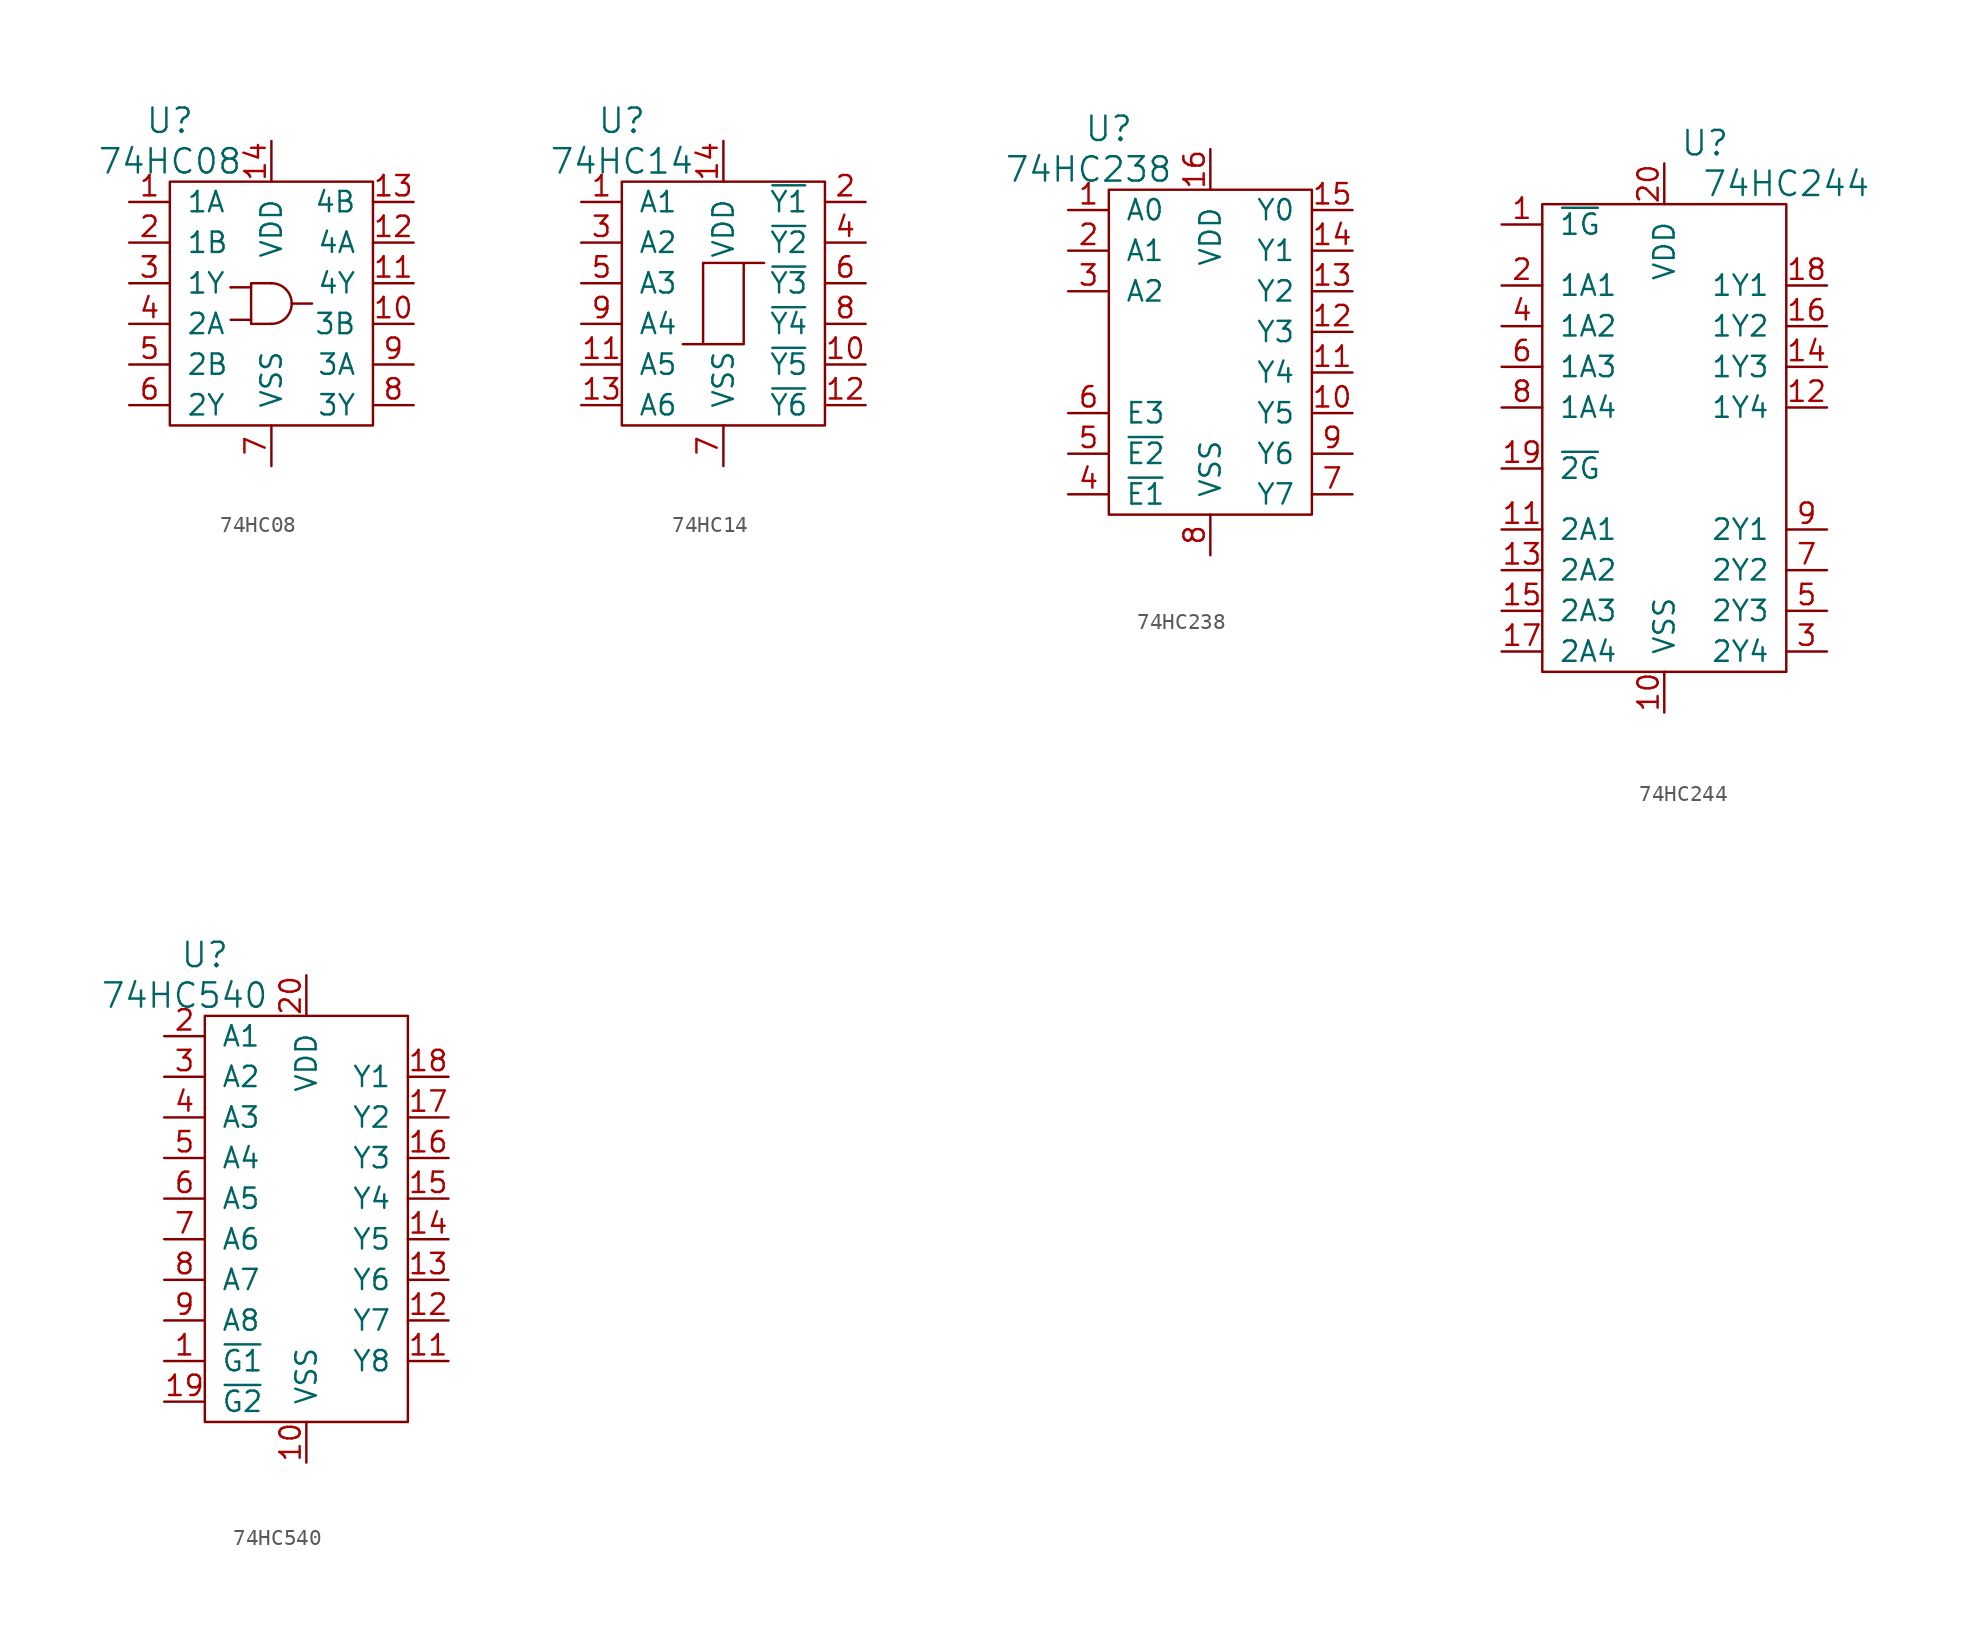
<source format=kicad_sym>
(kicad_symbol_lib
  (version 20220914)
  (generator kicad_symbol_editor)
  (symbol "74HC08"
    (pin_names
      (offset 1.016))
    (property "Reference" "U"
      (at -6.35 11.43 0)
      (effects (font (size 1.524 1.524))))
    (property "Value" "74HC08"
      (at -6.35 8.89 0)
      (effects (font (size 1.524 1.524))))
    (property "Footprint" ""
      (at 0 0 0)
      (effects (font (size 1.524 1.524))))
    (property "Datasheet" ""
      (at 0 0 0)
      (effects (font (size 1.524 1.524))))
    (symbol "74HC08_0_1"
      (rectangle (start -6.35 7.62) (end 6.35 -7.62) (stroke (width 0) (type solid)) (fill (type none)))
      (arc (start 0 -1.27) (mid 1.2645 0) (end 0 1.27) (stroke (width 0) (type solid)) (fill (type none)))
      (polyline (pts (xy -2.54 1.016) (xy -2.54 1.016)) (stroke (width 0) (type solid)) (fill (type none)))
      (polyline (pts (xy -2.54 -1.016) (xy -1.27 -1.016) (xy -1.27 -1.016)) (stroke (width 0) (type solid)) (fill (type none)))
      (polyline (pts (xy -1.27 1.016) (xy -2.54 1.016) (xy -2.54 1.016)) (stroke (width 0) (type solid)) (fill (type none)))
      (polyline (pts (xy 1.27 0) (xy 2.54 0) (xy 2.54 0)) (stroke (width 0) (type solid)) (fill (type none)))
      (polyline (pts (xy 0 -1.27) (xy -1.27 -1.27) (xy -1.27 1.27) (xy 0 1.27) (xy 0 1.27)) (stroke (width 0) (type solid)) (fill (type none))))
    (symbol "74HC08_1_1"
      (pin passive line (at -8.89 6.35 0) (length 2.54) (name "1A" (effects (font (size 1.27 1.27)))) (number "1" (effects (font (size 1.27 1.27)))))
      (pin passive line (at 8.89 -1.27 180) (length 2.54) (name "3B" (effects (font (size 1.27 1.27)))) (number "10" (effects (font (size 1.27 1.27)))))
      (pin passive line (at 8.89 1.27 180) (length 2.54) (name "4Y" (effects (font (size 1.27 1.27)))) (number "11" (effects (font (size 1.27 1.27)))))
      (pin passive line (at 8.89 3.81 180) (length 2.54) (name "4A" (effects (font (size 1.27 1.27)))) (number "12" (effects (font (size 1.27 1.27)))))
      (pin passive line (at 8.89 6.35 180) (length 2.54) (name "4B" (effects (font (size 1.27 1.27)))) (number "13" (effects (font (size 1.27 1.27)))))
      (pin passive line (at 0 10.16 270) (length 2.54) (name "VDD" (effects (font (size 1.27 1.27)))) (number "14" (effects (font (size 1.27 1.27)))))
      (pin passive line (at -8.89 3.81 0) (length 2.54) (name "1B" (effects (font (size 1.27 1.27)))) (number "2" (effects (font (size 1.27 1.27)))))
      (pin passive line (at -8.89 1.27 0) (length 2.54) (name "1Y" (effects (font (size 1.27 1.27)))) (number "3" (effects (font (size 1.27 1.27)))))
      (pin passive line (at -8.89 -1.27 0) (length 2.54) (name "2A" (effects (font (size 1.27 1.27)))) (number "4" (effects (font (size 1.27 1.27)))))
      (pin passive line (at -8.89 -3.81 0) (length 2.54) (name "2B" (effects (font (size 1.27 1.27)))) (number "5" (effects (font (size 1.27 1.27)))))
      (pin passive line (at -8.89 -6.35 0) (length 2.54) (name "2Y" (effects (font (size 1.27 1.27)))) (number "6" (effects (font (size 1.27 1.27)))))
      (pin passive line (at 0 -10.16 90) (length 2.54) (name "VSS" (effects (font (size 1.27 1.27)))) (number "7" (effects (font (size 1.27 1.27)))))
      (pin passive line (at 8.89 -6.35 180) (length 2.54) (name "3Y" (effects (font (size 1.27 1.27)))) (number "8" (effects (font (size 1.27 1.27)))))
      (pin passive line (at 8.89 -3.81 180) (length 2.54) (name "3A" (effects (font (size 1.27 1.27)))) (number "9" (effects (font (size 1.27 1.27)))))))
  (symbol "74HC14"
    (pin_names
      (offset 1.016))
    (property "Reference" "U"
      (at -6.35 11.43 0)
      (effects (font (size 1.524 1.524))))
    (property "Value" "74HC14"
      (at -6.35 8.89 0)
      (effects (font (size 1.524 1.524))))
    (property "Footprint" ""
      (at 0 0 0)
      (effects (font (size 1.524 1.524))))
    (property "Datasheet" ""
      (at 0 0 0)
      (effects (font (size 1.524 1.524))))
    (symbol "74HC14_0_1"
      (rectangle (start -6.35 7.62) (end 6.35 -7.62) (stroke (width 0) (type solid)) (fill (type none)))
      (polyline (pts (xy 1.27 2.54) (xy 2.54 2.54) (xy 2.54 2.54)) (stroke (width 0) (type solid)) (fill (type none)))
      (polyline (pts (xy -2.54 -2.54) (xy 1.27 -2.54) (xy 1.27 2.54) (xy -1.27 2.54) (xy -1.27 -2.54) (xy -1.27 -2.54)) (stroke (width 0) (type solid)) (fill (type none))))
    (symbol "74HC14_1_1"
      (pin passive line (at -8.89 6.35 0) (length 2.54) (name "A1" (effects (font (size 1.27 1.27)))) (number "1" (effects (font (size 1.27 1.27)))))
      (pin passive line (at 8.89 -3.81 180) (length 2.54) (name "~{Y5}" (effects (font (size 1.27 1.27)))) (number "10" (effects (font (size 1.27 1.27)))))
      (pin passive line (at -8.89 -3.81 0) (length 2.54) (name "A5" (effects (font (size 1.27 1.27)))) (number "11" (effects (font (size 1.27 1.27)))))
      (pin passive line (at 8.89 -6.35 180) (length 2.54) (name "~{Y6}" (effects (font (size 1.27 1.27)))) (number "12" (effects (font (size 1.27 1.27)))))
      (pin passive line (at -8.89 -6.35 0) (length 2.54) (name "A6" (effects (font (size 1.27 1.27)))) (number "13" (effects (font (size 1.27 1.27)))))
      (pin passive line (at 0 10.16 270) (length 2.54) (name "VDD" (effects (font (size 1.27 1.27)))) (number "14" (effects (font (size 1.27 1.27)))))
      (pin passive line (at 8.89 6.35 180) (length 2.54) (name "~{Y1}" (effects (font (size 1.27 1.27)))) (number "2" (effects (font (size 1.27 1.27)))))
      (pin passive line (at -8.89 3.81 0) (length 2.54) (name "A2" (effects (font (size 1.27 1.27)))) (number "3" (effects (font (size 1.27 1.27)))))
      (pin passive line (at 8.89 3.81 180) (length 2.54) (name "~{Y2}" (effects (font (size 1.27 1.27)))) (number "4" (effects (font (size 1.27 1.27)))))
      (pin passive line (at -8.89 1.27 0) (length 2.54) (name "A3" (effects (font (size 1.27 1.27)))) (number "5" (effects (font (size 1.27 1.27)))))
      (pin passive line (at 8.89 1.27 180) (length 2.54) (name "~{Y3}" (effects (font (size 1.27 1.27)))) (number "6" (effects (font (size 1.27 1.27)))))
      (pin passive line (at 0 -10.16 90) (length 2.54) (name "VSS" (effects (font (size 1.27 1.27)))) (number "7" (effects (font (size 1.27 1.27)))))
      (pin passive line (at 8.89 -1.27 180) (length 2.54) (name "~{Y4}" (effects (font (size 1.27 1.27)))) (number "8" (effects (font (size 1.27 1.27)))))
      (pin passive line (at -8.89 -1.27 0) (length 2.54) (name "A4" (effects (font (size 1.27 1.27)))) (number "9" (effects (font (size 1.27 1.27)))))))
  (symbol "74HC238"
    (pin_names
      (offset 1.016))
    (property "Reference" "U"
      (at -6.35 13.97 0)
      (effects (font (size 1.524 1.524))))
    (property "Value" "74HC238"
      (at -7.62 11.43 0)
      (effects (font (size 1.524 1.524))))
    (property "Footprint" ""
      (at 0 0 0)
      (effects (font (size 1.524 1.524))))
    (property "Datasheet" ""
      (at 0 0 0)
      (effects (font (size 1.524 1.524))))
    (symbol "74HC238_0_1"
      (rectangle (start 6.35 10.16) (end -6.35 -10.16) (stroke (width 0) (type solid)) (fill (type none))))
    (symbol "74HC238_1_1"
      (pin passive line (at -8.89 8.89 0) (length 2.54) (name "A0" (effects (font (size 1.27 1.27)))) (number "1" (effects (font (size 1.27 1.27)))))
      (pin passive line (at 8.89 -3.81 180) (length 2.54) (name "Y5" (effects (font (size 1.27 1.27)))) (number "10" (effects (font (size 1.27 1.27)))))
      (pin passive line (at 8.89 -1.27 180) (length 2.54) (name "Y4" (effects (font (size 1.27 1.27)))) (number "11" (effects (font (size 1.27 1.27)))))
      (pin passive line (at 8.89 1.27 180) (length 2.54) (name "Y3" (effects (font (size 1.27 1.27)))) (number "12" (effects (font (size 1.27 1.27)))))
      (pin passive line (at 8.89 3.81 180) (length 2.54) (name "Y2" (effects (font (size 1.27 1.27)))) (number "13" (effects (font (size 1.27 1.27)))))
      (pin passive line (at 8.89 6.35 180) (length 2.54) (name "Y1" (effects (font (size 1.27 1.27)))) (number "14" (effects (font (size 1.27 1.27)))))
      (pin passive line (at 8.89 8.89 180) (length 2.54) (name "Y0" (effects (font (size 1.27 1.27)))) (number "15" (effects (font (size 1.27 1.27)))))
      (pin passive line (at 0 12.7 270) (length 2.54) (name "VDD" (effects (font (size 1.27 1.27)))) (number "16" (effects (font (size 1.27 1.27)))))
      (pin passive line (at -8.89 6.35 0) (length 2.54) (name "A1" (effects (font (size 1.27 1.27)))) (number "2" (effects (font (size 1.27 1.27)))))
      (pin passive line (at -8.89 3.81 0) (length 2.54) (name "A2" (effects (font (size 1.27 1.27)))) (number "3" (effects (font (size 1.27 1.27)))))
      (pin passive line (at -8.89 -8.89 0) (length 2.54) (name "~{E1}" (effects (font (size 1.27 1.27)))) (number "4" (effects (font (size 1.27 1.27)))))
      (pin passive line (at -8.89 -6.35 0) (length 2.54) (name "~{E2}" (effects (font (size 1.27 1.27)))) (number "5" (effects (font (size 1.27 1.27)))))
      (pin passive line (at -8.89 -3.81 0) (length 2.54) (name "E3" (effects (font (size 1.27 1.27)))) (number "6" (effects (font (size 1.27 1.27)))))
      (pin passive line (at 8.89 -8.89 180) (length 2.54) (name "Y7" (effects (font (size 1.27 1.27)))) (number "7" (effects (font (size 1.27 1.27)))))
      (pin passive line (at 0 -12.7 90) (length 2.54) (name "VSS" (effects (font (size 1.27 1.27)))) (number "8" (effects (font (size 1.27 1.27)))))
      (pin passive line (at 8.89 -6.35 180) (length 2.54) (name "Y6" (effects (font (size 1.27 1.27)))) (number "9" (effects (font (size 1.27 1.27)))))))
  (symbol "74HC244"
    (pin_names
      (offset 1.016))
    (property "Reference" "U"
      (at 2.54 19.05 0)
      (effects (font (size 1.524 1.524))))
    (property "Value" "74HC244"
      (at 7.62 16.51 0)
      (effects (font (size 1.524 1.524))))
    (property "Footprint" ""
      (at 0 0 0)
      (effects (font (size 1.524 1.524))))
    (property "Datasheet" ""
      (at 0 0 0)
      (effects (font (size 1.524 1.524))))
    (symbol "74HC244_0_1"
      (rectangle (start -7.62 15.24) (end 7.62 -13.97) (stroke (width 0) (type solid)) (fill (type none))))
    (symbol "74HC244_1_1"
      (pin passive line (at -10.16 13.97 0) (length 2.54) (name "~{1G}" (effects (font (size 1.27 1.27)))) (number "1" (effects (font (size 1.27 1.27)))))
      (pin passive line (at 0 -16.51 90) (length 2.54) (name "VSS" (effects (font (size 1.27 1.27)))) (number "10" (effects (font (size 1.27 1.27)))))
      (pin passive line (at -10.16 -5.08 0) (length 2.54) (name "2A1" (effects (font (size 1.27 1.27)))) (number "11" (effects (font (size 1.27 1.27)))))
      (pin passive line (at 10.16 2.54 180) (length 2.54) (name "1Y4" (effects (font (size 1.27 1.27)))) (number "12" (effects (font (size 1.27 1.27)))))
      (pin passive line (at -10.16 -7.62 0) (length 2.54) (name "2A2" (effects (font (size 1.27 1.27)))) (number "13" (effects (font (size 1.27 1.27)))))
      (pin passive line (at 10.16 5.08 180) (length 2.54) (name "1Y3" (effects (font (size 1.27 1.27)))) (number "14" (effects (font (size 1.27 1.27)))))
      (pin passive line (at -10.16 -10.16 0) (length 2.54) (name "2A3" (effects (font (size 1.27 1.27)))) (number "15" (effects (font (size 1.27 1.27)))))
      (pin passive line (at 10.16 7.62 180) (length 2.54) (name "1Y2" (effects (font (size 1.27 1.27)))) (number "16" (effects (font (size 1.27 1.27)))))
      (pin passive line (at -10.16 -12.7 0) (length 2.54) (name "2A4" (effects (font (size 1.27 1.27)))) (number "17" (effects (font (size 1.27 1.27)))))
      (pin passive line (at 10.16 10.16 180) (length 2.54) (name "1Y1" (effects (font (size 1.27 1.27)))) (number "18" (effects (font (size 1.27 1.27)))))
      (pin passive line (at -10.16 -1.27 0) (length 2.54) (name "~{2G}" (effects (font (size 1.27 1.27)))) (number "19" (effects (font (size 1.27 1.27)))))
      (pin passive line (at -10.16 10.16 0) (length 2.54) (name "1A1" (effects (font (size 1.27 1.27)))) (number "2" (effects (font (size 1.27 1.27)))))
      (pin passive line (at 0 17.78 270) (length 2.54) (name "VDD" (effects (font (size 1.27 1.27)))) (number "20" (effects (font (size 1.27 1.27)))))
      (pin passive line (at 10.16 -12.7 180) (length 2.54) (name "2Y4" (effects (font (size 1.27 1.27)))) (number "3" (effects (font (size 1.27 1.27)))))
      (pin passive line (at -10.16 7.62 0) (length 2.54) (name "1A2" (effects (font (size 1.27 1.27)))) (number "4" (effects (font (size 1.27 1.27)))))
      (pin passive line (at 10.16 -10.16 180) (length 2.54) (name "2Y3" (effects (font (size 1.27 1.27)))) (number "5" (effects (font (size 1.27 1.27)))))
      (pin passive line (at -10.16 5.08 0) (length 2.54) (name "1A3" (effects (font (size 1.27 1.27)))) (number "6" (effects (font (size 1.27 1.27)))))
      (pin passive line (at 10.16 -7.62 180) (length 2.54) (name "2Y2" (effects (font (size 1.27 1.27)))) (number "7" (effects (font (size 1.27 1.27)))))
      (pin passive line (at -10.16 2.54 0) (length 2.54) (name "1A4" (effects (font (size 1.27 1.27)))) (number "8" (effects (font (size 1.27 1.27)))))
      (pin passive line (at 10.16 -5.08 180) (length 2.54) (name "2Y1" (effects (font (size 1.27 1.27)))) (number "9" (effects (font (size 1.27 1.27)))))))
  (symbol "74HC540"
    (pin_names
      (offset 1.016))
    (property "Reference" "U"
      (at -6.35 16.51 0)
      (effects (font (size 1.524 1.524))))
    (property "Value" "74HC540"
      (at -7.62 13.97 0)
      (effects (font (size 1.524 1.524))))
    (property "Footprint" ""
      (at 0 0 0)
      (effects (font (size 1.524 1.524))))
    (property "Datasheet" ""
      (at 0 0 0)
      (effects (font (size 1.524 1.524))))
    (symbol "74HC540_0_1"
      (rectangle (start 6.35 12.7) (end -6.35 -12.7) (stroke (width 0) (type solid)) (fill (type none))))
    (symbol "74HC540_1_1"
      (pin passive line (at -8.89 -8.89 0) (length 2.54) (name "~{G1}" (effects (font (size 1.27 1.27)))) (number "1" (effects (font (size 1.27 1.27)))))
      (pin passive line (at 0 -15.24 90) (length 2.54) (name "VSS" (effects (font (size 1.27 1.27)))) (number "10" (effects (font (size 1.27 1.27)))))
      (pin passive line (at 8.89 -8.89 180) (length 2.54) (name "Y8" (effects (font (size 1.27 1.27)))) (number "11" (effects (font (size 1.27 1.27)))))
      (pin passive line (at 8.89 -6.35 180) (length 2.54) (name "Y7" (effects (font (size 1.27 1.27)))) (number "12" (effects (font (size 1.27 1.27)))))
      (pin passive line (at 8.89 -3.81 180) (length 2.54) (name "Y6" (effects (font (size 1.27 1.27)))) (number "13" (effects (font (size 1.27 1.27)))))
      (pin passive line (at 8.89 -1.27 180) (length 2.54) (name "Y5" (effects (font (size 1.27 1.27)))) (number "14" (effects (font (size 1.27 1.27)))))
      (pin passive line (at 8.89 1.27 180) (length 2.54) (name "Y4" (effects (font (size 1.27 1.27)))) (number "15" (effects (font (size 1.27 1.27)))))
      (pin passive line (at 8.89 3.81 180) (length 2.54) (name "Y3" (effects (font (size 1.27 1.27)))) (number "16" (effects (font (size 1.27 1.27)))))
      (pin passive line (at 8.89 6.35 180) (length 2.54) (name "Y2" (effects (font (size 1.27 1.27)))) (number "17" (effects (font (size 1.27 1.27)))))
      (pin passive line (at 8.89 8.89 180) (length 2.54) (name "Y1" (effects (font (size 1.27 1.27)))) (number "18" (effects (font (size 1.27 1.27)))))
      (pin passive line (at -8.89 -11.43 0) (length 2.54) (name "~{G2}" (effects (font (size 1.27 1.27)))) (number "19" (effects (font (size 1.27 1.27)))))
      (pin passive line (at -8.89 11.43 0) (length 2.54) (name "A1" (effects (font (size 1.27 1.27)))) (number "2" (effects (font (size 1.27 1.27)))))
      (pin passive line (at 0 15.24 270) (length 2.54) (name "VDD" (effects (font (size 1.27 1.27)))) (number "20" (effects (font (size 1.27 1.27)))))
      (pin passive line (at -8.89 8.89 0) (length 2.54) (name "A2" (effects (font (size 1.27 1.27)))) (number "3" (effects (font (size 1.27 1.27)))))
      (pin passive line (at -8.89 6.35 0) (length 2.54) (name "A3" (effects (font (size 1.27 1.27)))) (number "4" (effects (font (size 1.27 1.27)))))
      (pin passive line (at -8.89 3.81 0) (length 2.54) (name "A4" (effects (font (size 1.27 1.27)))) (number "5" (effects (font (size 1.27 1.27)))))
      (pin passive line (at -8.89 1.27 0) (length 2.54) (name "A5" (effects (font (size 1.27 1.27)))) (number "6" (effects (font (size 1.27 1.27)))))
      (pin passive line (at -8.89 -1.27 0) (length 2.54) (name "A6" (effects (font (size 1.27 1.27)))) (number "7" (effects (font (size 1.27 1.27)))))
      (pin passive line (at -8.89 -3.81 0) (length 2.54) (name "A7" (effects (font (size 1.27 1.27)))) (number "8" (effects (font (size 1.27 1.27)))))
      (pin passive line (at -8.89 -6.35 0) (length 2.54) (name "A8" (effects (font (size 1.27 1.27)))) (number "9" (effects (font (size 1.27 1.27))))))))
</source>
